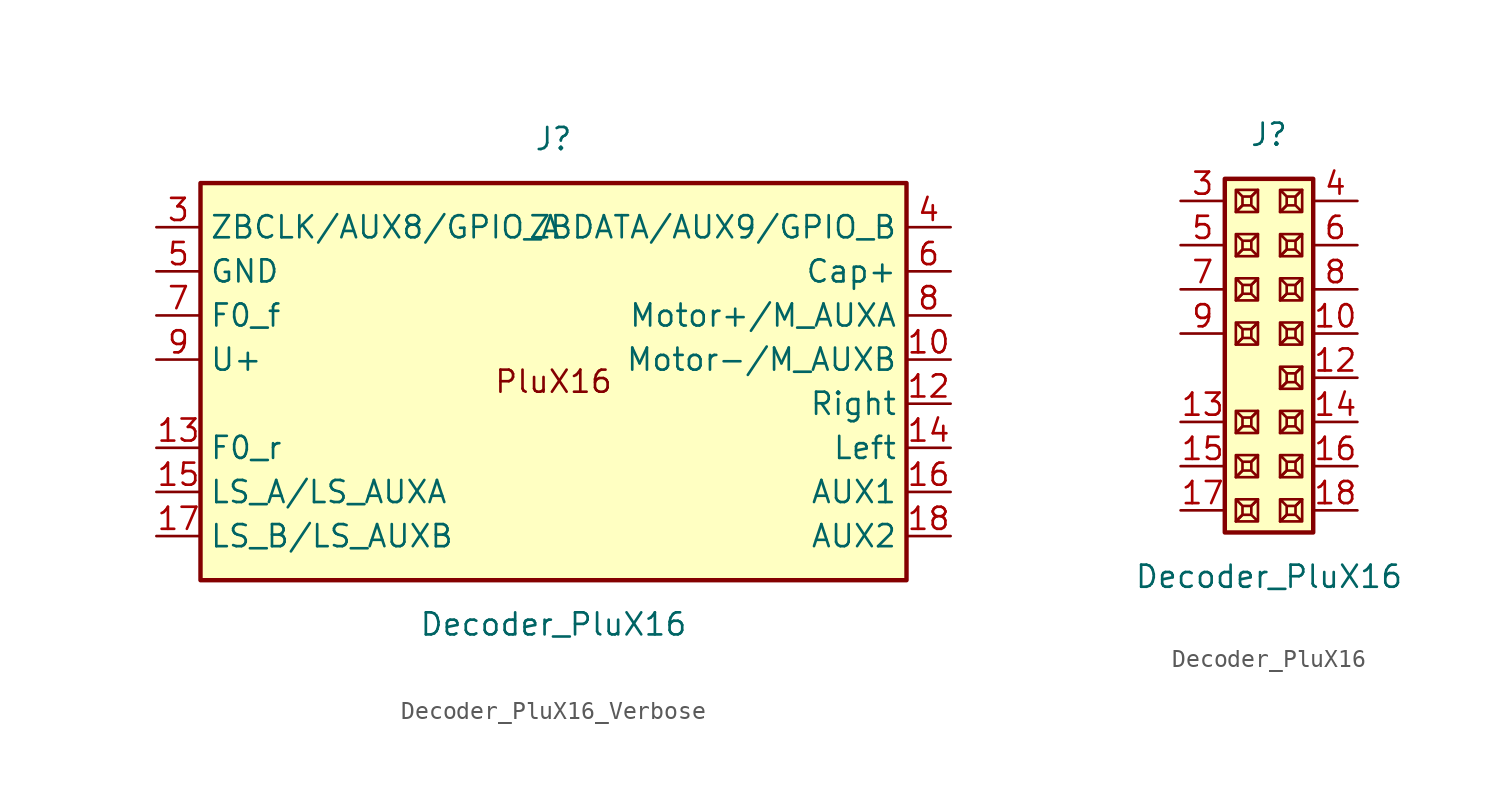
<source format=kicad_sym>
(kicad_symbol_lib
  (version 20241209)
  (generator "kicad_symbol_editor")
  (generator_version "9.0")
  (symbol "Decoder_PluX16_Verbose"
    (property "Reference" "J"
      (at 0 13.97 0)
      (effects (font (size 1.27 1.27))))
    (property "Value" "Decoder_PluX16"
      (at 0 -13.97 0)
      (effects (font (size 1.27 1.27))))
    (symbol "Decoder_PluX16_Verbose_1_1"
      (rectangle (start -20.32 11.43) (end 20.32 -11.43) (stroke (width 0.254) (type solid)) (fill (type background)))
      (text "PluX16" (at 0 0 0) (effects (font (size 1.27 1.27))))
      (pin passive line (at -22.86 8.89 0) (length 2.54) (name "ZBCLK/AUX8/GPIO_A" (effects (font (size 1.27 1.27)))) (number "3" (effects (font (size 1.27 1.27)))))
      (pin passive line (at -22.86 6.35 0) (length 2.54) (name "GND" (effects (font (size 1.27 1.27)))) (number "5" (effects (font (size 1.27 1.27)))))
      (pin passive line (at -22.86 3.81 0) (length 2.54) (name "F0_f" (effects (font (size 1.27 1.27)))) (number "7" (effects (font (size 1.27 1.27)))))
      (pin passive line (at -22.86 1.27 0) (length 2.54) (name "U+" (effects (font (size 1.27 1.27)))) (number "9" (effects (font (size 1.27 1.27)))))
      (pin passive line (at -22.86 -3.81 0) (length 2.54) (name "F0_r" (effects (font (size 1.27 1.27)))) (number "13" (effects (font (size 1.27 1.27)))))
      (pin passive line (at -22.86 -6.35 0) (length 2.54) (name "LS_A/LS_AUXA" (effects (font (size 1.27 1.27)))) (number "15" (effects (font (size 1.27 1.27)))))
      (pin passive line (at -22.86 -8.89 0) (length 2.54) (name "LS_B/LS_AUXB" (effects (font (size 1.27 1.27)))) (number "17" (effects (font (size 1.27 1.27)))))
      (pin passive line (at 22.86 8.89 180) (length 2.54) (name "ZBDATA/AUX9/GPIO_B" (effects (font (size 1.27 1.27)))) (number "4" (effects (font (size 1.27 1.27)))))
      (pin passive line (at 22.86 6.35 180) (length 2.54) (name "Cap+" (effects (font (size 1.27 1.27)))) (number "6" (effects (font (size 1.27 1.27)))))
      (pin passive line (at 22.86 3.81 180) (length 2.54) (name "Motor+/M_AUXA" (effects (font (size 1.27 1.27)))) (number "8" (effects (font (size 1.27 1.27)))))
      (pin passive line (at 22.86 1.27 180) (length 2.54) (name "Motor-/M_AUXB" (effects (font (size 1.27 1.27)))) (number "10" (effects (font (size 1.27 1.27)))))
      (pin passive line (at 22.86 -1.27 180) (length 2.54) (name "Right" (effects (font (size 1.27 1.27)))) (number "12" (effects (font (size 1.27 1.27)))))
      (pin passive line (at 22.86 -3.81 180) (length 2.54) (name "Left" (effects (font (size 1.27 1.27)))) (number "14" (effects (font (size 1.27 1.27)))))
      (pin passive line (at 22.86 -6.35 180) (length 2.54) (name "AUX1" (effects (font (size 1.27 1.27)))) (number "16" (effects (font (size 1.27 1.27)))))
      (pin passive line (at 22.86 -8.89 180) (length 2.54) (name "AUX2" (effects (font (size 1.27 1.27)))) (number "18" (effects (font (size 1.27 1.27)))))))
  (symbol "Decoder_PluX16"
    (pin_names
      (hide yes))
    (property "Reference" "J"
      (at 0 12.7 0)
      (effects (font (size 1.27 1.27))))
    (property "Value" "Decoder_PluX16"
      (at 0 -12.7 0)
      (effects (font (size 1.27 1.27))))
    (symbol "Decoder_PluX16_0_1"
      (polyline (pts (xy -1.905 9.525) (xy -0.635 9.525) (xy -1.016 9.144) (xy -1.524 9.144) (xy -1.905 9.525) (xy -1.905 8.255) (xy -1.524 8.636) (xy -1.524 9.144)) (stroke (width 0) (type default)) (fill (type none)))
      (polyline (pts (xy -1.905 6.985) (xy -0.635 6.985) (xy -1.016 6.604) (xy -1.524 6.604) (xy -1.905 6.985) (xy -1.905 5.715) (xy -1.524 6.096) (xy -1.524 6.604)) (stroke (width 0) (type default)) (fill (type none)))
      (polyline (pts (xy -1.905 4.445) (xy -0.635 4.445) (xy -1.016 4.064) (xy -1.524 4.064) (xy -1.905 4.445) (xy -1.905 3.175) (xy -1.524 3.556) (xy -1.524 4.064)) (stroke (width 0) (type default)) (fill (type none)))
      (polyline (pts (xy -1.905 1.905) (xy -0.635 1.905) (xy -1.016 1.524) (xy -1.524 1.524) (xy -1.905 1.905) (xy -1.905 0.635) (xy -1.524 1.016) (xy -1.524 1.524)) (stroke (width 0) (type default)) (fill (type none)))
      (polyline (pts (xy -1.905 -3.175) (xy -0.635 -3.175) (xy -1.016 -3.556) (xy -1.524 -3.556) (xy -1.905 -3.175) (xy -1.905 -4.445) (xy -1.524 -4.064) (xy -1.524 -3.556)) (stroke (width 0) (type default)) (fill (type none)))
      (polyline (pts (xy -1.905 -5.715) (xy -0.635 -5.715) (xy -1.016 -6.096) (xy -1.524 -6.096) (xy -1.905 -5.715) (xy -1.905 -6.985) (xy -1.524 -6.604) (xy -1.524 -6.096)) (stroke (width 0) (type default)) (fill (type none)))
      (polyline (pts (xy -1.905 -8.255) (xy -0.635 -8.255) (xy -1.016 -8.636) (xy -1.524 -8.636) (xy -1.905 -8.255) (xy -1.905 -9.525) (xy -1.524 -9.144) (xy -1.524 -8.636)) (stroke (width 0) (type default)) (fill (type none)))
      (polyline (pts (xy -0.635 8.255) (xy -1.905 8.255) (xy -1.524 8.636) (xy -1.016 8.636) (xy -0.635 8.255) (xy -0.635 9.525) (xy -1.016 9.144) (xy -1.016 8.636)) (stroke (width 0) (type default)) (fill (type none)))
      (polyline (pts (xy -0.635 5.715) (xy -1.905 5.715) (xy -1.524 6.096) (xy -1.016 6.096) (xy -0.635 5.715) (xy -0.635 6.985) (xy -1.016 6.604) (xy -1.016 6.096)) (stroke (width 0) (type default)) (fill (type none)))
      (polyline (pts (xy -0.635 3.175) (xy -1.905 3.175) (xy -1.524 3.556) (xy -1.016 3.556) (xy -0.635 3.175) (xy -0.635 4.445) (xy -1.016 4.064) (xy -1.016 3.556)) (stroke (width 0) (type default)) (fill (type none)))
      (polyline (pts (xy -0.635 0.635) (xy -1.905 0.635) (xy -1.524 1.016) (xy -1.016 1.016) (xy -0.635 0.635) (xy -0.635 1.905) (xy -1.016 1.524) (xy -1.016 1.016)) (stroke (width 0) (type default)) (fill (type none)))
      (polyline (pts (xy -0.635 -4.445) (xy -1.905 -4.445) (xy -1.524 -4.064) (xy -1.016 -4.064) (xy -0.635 -4.445) (xy -0.635 -3.175) (xy -1.016 -3.556) (xy -1.016 -4.064)) (stroke (width 0) (type default)) (fill (type none)))
      (polyline (pts (xy -0.635 -6.985) (xy -1.905 -6.985) (xy -1.524 -6.604) (xy -1.016 -6.604) (xy -0.635 -6.985) (xy -0.635 -5.715) (xy -1.016 -6.096) (xy -1.016 -6.604)) (stroke (width 0) (type default)) (fill (type none)))
      (polyline (pts (xy -0.635 -9.525) (xy -1.905 -9.525) (xy -1.524 -9.144) (xy -1.016 -9.144) (xy -0.635 -9.525) (xy -0.635 -8.255) (xy -1.016 -8.636) (xy -1.016 -9.144)) (stroke (width 0) (type default)) (fill (type none)))
      (polyline (pts (xy 0.635 9.525) (xy 1.905 9.525) (xy 1.524 9.144) (xy 1.016 9.144) (xy 0.635 9.525) (xy 0.635 8.255) (xy 1.016 8.636) (xy 1.016 9.144)) (stroke (width 0) (type default)) (fill (type none)))
      (polyline (pts (xy 0.635 6.985) (xy 1.905 6.985) (xy 1.524 6.604) (xy 1.016 6.604) (xy 0.635 6.985) (xy 0.635 5.715) (xy 1.016 6.096) (xy 1.016 6.604)) (stroke (width 0) (type default)) (fill (type none)))
      (polyline (pts (xy 0.635 4.445) (xy 1.905 4.445) (xy 1.524 4.064) (xy 1.016 4.064) (xy 0.635 4.445) (xy 0.635 3.175) (xy 1.016 3.556) (xy 1.016 4.064)) (stroke (width 0) (type default)) (fill (type none)))
      (polyline (pts (xy 0.635 1.905) (xy 1.905 1.905) (xy 1.524 1.524) (xy 1.016 1.524) (xy 0.635 1.905) (xy 0.635 0.635) (xy 1.016 1.016) (xy 1.016 1.524)) (stroke (width 0) (type default)) (fill (type none)))
      (polyline (pts (xy 0.635 -0.635) (xy 1.905 -0.635) (xy 1.524 -1.016) (xy 1.016 -1.016) (xy 0.635 -0.635) (xy 0.635 -1.905) (xy 1.016 -1.524) (xy 1.016 -1.016)) (stroke (width 0) (type default)) (fill (type none)))
      (polyline (pts (xy 0.635 -3.175) (xy 1.905 -3.175) (xy 1.524 -3.556) (xy 1.016 -3.556) (xy 0.635 -3.175) (xy 0.635 -4.445) (xy 1.016 -4.064) (xy 1.016 -3.556)) (stroke (width 0) (type default)) (fill (type none)))
      (polyline (pts (xy 0.635 -5.715) (xy 1.905 -5.715) (xy 1.524 -6.096) (xy 1.016 -6.096) (xy 0.635 -5.715) (xy 0.635 -6.985) (xy 1.016 -6.604) (xy 1.016 -6.096)) (stroke (width 0) (type default)) (fill (type none)))
      (polyline (pts (xy 0.635 -8.255) (xy 1.905 -8.255) (xy 1.524 -8.636) (xy 1.016 -8.636) (xy 0.635 -8.255) (xy 0.635 -9.525) (xy 1.016 -9.144) (xy 1.016 -8.636)) (stroke (width 0) (type default)) (fill (type none)))
      (polyline (pts (xy 1.905 8.255) (xy 0.635 8.255) (xy 1.016 8.636) (xy 1.524 8.636) (xy 1.905 8.255) (xy 1.905 9.525) (xy 1.524 9.144) (xy 1.524 8.636)) (stroke (width 0) (type default)) (fill (type none)))
      (polyline (pts (xy 1.905 5.715) (xy 0.635 5.715) (xy 1.016 6.096) (xy 1.524 6.096) (xy 1.905 5.715) (xy 1.905 6.985) (xy 1.524 6.604) (xy 1.524 6.096)) (stroke (width 0) (type default)) (fill (type none)))
      (polyline (pts (xy 1.905 3.175) (xy 0.635 3.175) (xy 1.016 3.556) (xy 1.524 3.556) (xy 1.905 3.175) (xy 1.905 4.445) (xy 1.524 4.064) (xy 1.524 3.556)) (stroke (width 0) (type default)) (fill (type none)))
      (polyline (pts (xy 1.905 0.635) (xy 0.635 0.635) (xy 1.016 1.016) (xy 1.524 1.016) (xy 1.905 0.635) (xy 1.905 1.905) (xy 1.524 1.524) (xy 1.524 1.016)) (stroke (width 0) (type default)) (fill (type none)))
      (polyline (pts (xy 1.905 -1.905) (xy 0.635 -1.905) (xy 1.016 -1.524) (xy 1.524 -1.524) (xy 1.905 -1.905) (xy 1.905 -0.635) (xy 1.524 -1.016) (xy 1.524 -1.524)) (stroke (width 0) (type default)) (fill (type none)))
      (polyline (pts (xy 1.905 -4.445) (xy 0.635 -4.445) (xy 1.016 -4.064) (xy 1.524 -4.064) (xy 1.905 -4.445) (xy 1.905 -3.175) (xy 1.524 -3.556) (xy 1.524 -4.064)) (stroke (width 0) (type default)) (fill (type none)))
      (polyline (pts (xy 1.905 -6.985) (xy 0.635 -6.985) (xy 1.016 -6.604) (xy 1.524 -6.604) (xy 1.905 -6.985) (xy 1.905 -5.715) (xy 1.524 -6.096) (xy 1.524 -6.604)) (stroke (width 0) (type default)) (fill (type none)))
      (polyline (pts (xy 1.905 -9.525) (xy 0.635 -9.525) (xy 1.016 -9.144) (xy 1.524 -9.144) (xy 1.905 -9.525) (xy 1.905 -8.255) (xy 1.524 -8.636) (xy 1.524 -9.144)) (stroke (width 0) (type default)) (fill (type none))))
    (symbol "Decoder_PluX16_1_1"
      (rectangle (start -2.54 10.16) (end 2.54 -10.16) (stroke (width 0.254) (type solid)) (fill (type background)))
      (pin passive line (at -5.08 8.89 0) (length 2.54) (name "ZBCLK/AUX8/GPIO_A" (effects (font (size 1.27 1.27)))) (number "3" (effects (font (size 1.27 1.27)))))
      (pin passive line (at -5.08 6.35 0) (length 2.54) (name "GND" (effects (font (size 1.27 1.27)))) (number "5" (effects (font (size 1.27 1.27)))))
      (pin passive line (at -5.08 3.81 0) (length 2.54) (name "F0_f" (effects (font (size 1.27 1.27)))) (number "7" (effects (font (size 1.27 1.27)))))
      (pin passive line (at -5.08 1.27 0) (length 2.54) (name "U+" (effects (font (size 1.27 1.27)))) (number "9" (effects (font (size 1.27 1.27)))))
      (pin passive line (at -5.08 -3.81 0) (length 2.54) (name "F0_r" (effects (font (size 1.27 1.27)))) (number "13" (effects (font (size 1.27 1.27)))))
      (pin passive line (at -5.08 -6.35 0) (length 2.54) (name "LS_A/LS_AUXA" (effects (font (size 1.27 1.27)))) (number "15" (effects (font (size 1.27 1.27)))))
      (pin passive line (at -5.08 -8.89 0) (length 2.54) (name "LS_B/LS_AUXB" (effects (font (size 1.27 1.27)))) (number "17" (effects (font (size 1.27 1.27)))))
      (pin passive line (at 5.08 8.89 180) (length 2.54) (name "ZBDATA/AUX9/GPIO_B" (effects (font (size 1.27 1.27)))) (number "4" (effects (font (size 1.27 1.27)))))
      (pin passive line (at 5.08 6.35 180) (length 2.54) (name "Cap+" (effects (font (size 1.27 1.27)))) (number "6" (effects (font (size 1.27 1.27)))))
      (pin passive line (at 5.08 3.81 180) (length 2.54) (name "Motor+/M_AUXA" (effects (font (size 1.27 1.27)))) (number "8" (effects (font (size 1.27 1.27)))))
      (pin passive line (at 5.08 1.27 180) (length 2.54) (name "Motor-/M_AUXB" (effects (font (size 1.27 1.27)))) (number "10" (effects (font (size 1.27 1.27)))))
      (pin passive line (at 5.08 -1.27 180) (length 2.54) (name "Right" (effects (font (size 1.27 1.27)))) (number "12" (effects (font (size 1.27 1.27)))))
      (pin passive line (at 5.08 -3.81 180) (length 2.54) (name "Left" (effects (font (size 1.27 1.27)))) (number "14" (effects (font (size 1.27 1.27)))))
      (pin passive line (at 5.08 -6.35 180) (length 2.54) (name "AUX1" (effects (font (size 1.27 1.27)))) (number "16" (effects (font (size 1.27 1.27)))))
      (pin passive line (at 5.08 -8.89 180) (length 2.54) (name "AUX2" (effects (font (size 1.27 1.27)))) (number "18" (effects (font (size 1.27 1.27))))))))
</source>
